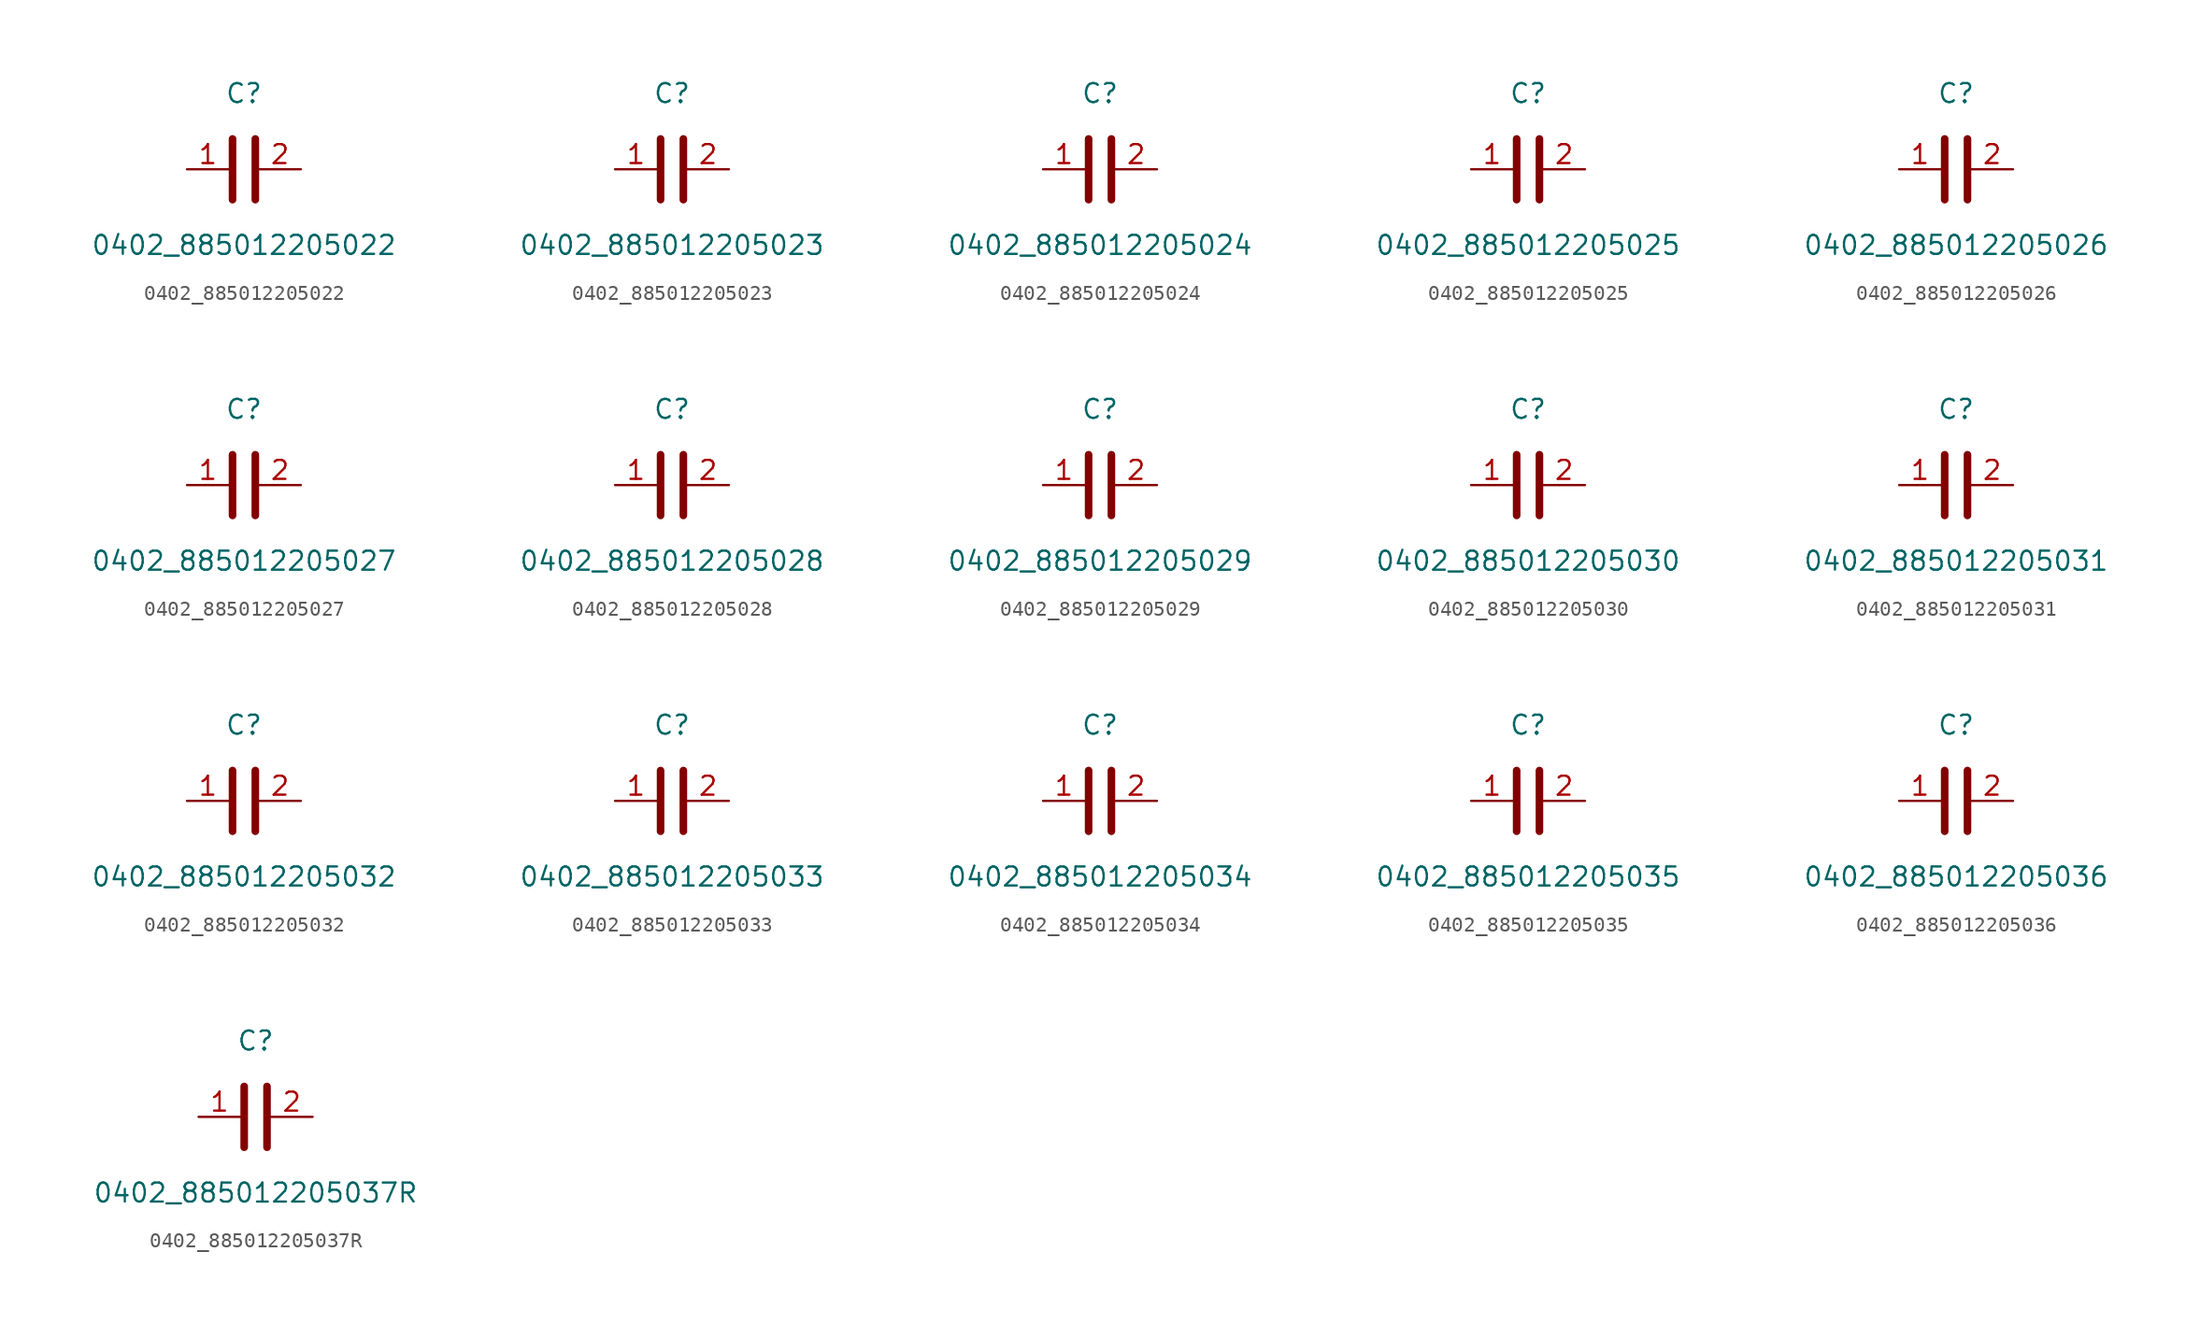
<source format=kicad_sym>
(kicad_symbol_lib
  (version 20220914)
  (generator kicad_symbol_editor)
  (symbol "0402_885012205022"
    (pin_names hide)
    (property "Reference" "C"
      (at 0 5.08 0)
      (effects (font (size 1.27 1.27))))
    (property "Value" "0402_885012205022"
      (at 0 -5.08 0)
      (effects (font (size 1.27 1.27))))
    (symbol "0402_885012205022_0_1"
      (polyline (pts (xy -0.762 -2.032) (xy -0.762 2.032)) (stroke (width 0.508) (type default)) (fill (type none)))
      (polyline (pts (xy 0.762 -2.032) (xy 0.762 2.032)) (stroke (width 0.508) (type default)) (fill (type none))))
    (symbol "0402_885012205022_1_1"
      (pin passive line (at -3.81 0 0) (length 2.794) (name "1" (effects (font (size 1.27 1.27)))) (number "1" (effects (font (size 1.27 1.27)))))
      (pin passive line (at 3.81 0 180) (length 2.794) (name "2" (effects (font (size 1.27 1.27)))) (number "2" (effects (font (size 1.27 1.27)))))))
  (symbol "0402_885012205023"
    (pin_names hide)
    (property "Reference" "C"
      (at 0 5.08 0)
      (effects (font (size 1.27 1.27))))
    (property "Value" "0402_885012205023"
      (at 0 -5.08 0)
      (effects (font (size 1.27 1.27))))
    (symbol "0402_885012205023_0_1"
      (polyline (pts (xy -0.762 -2.032) (xy -0.762 2.032)) (stroke (width 0.508) (type default)) (fill (type none)))
      (polyline (pts (xy 0.762 -2.032) (xy 0.762 2.032)) (stroke (width 0.508) (type default)) (fill (type none))))
    (symbol "0402_885012205023_1_1"
      (pin passive line (at -3.81 0 0) (length 2.794) (name "1" (effects (font (size 1.27 1.27)))) (number "1" (effects (font (size 1.27 1.27)))))
      (pin passive line (at 3.81 0 180) (length 2.794) (name "2" (effects (font (size 1.27 1.27)))) (number "2" (effects (font (size 1.27 1.27)))))))
  (symbol "0402_885012205024"
    (pin_names hide)
    (property "Reference" "C"
      (at 0 5.08 0)
      (effects (font (size 1.27 1.27))))
    (property "Value" "0402_885012205024"
      (at 0 -5.08 0)
      (effects (font (size 1.27 1.27))))
    (symbol "0402_885012205024_0_1"
      (polyline (pts (xy -0.762 -2.032) (xy -0.762 2.032)) (stroke (width 0.508) (type default)) (fill (type none)))
      (polyline (pts (xy 0.762 -2.032) (xy 0.762 2.032)) (stroke (width 0.508) (type default)) (fill (type none))))
    (symbol "0402_885012205024_1_1"
      (pin passive line (at -3.81 0 0) (length 2.794) (name "1" (effects (font (size 1.27 1.27)))) (number "1" (effects (font (size 1.27 1.27)))))
      (pin passive line (at 3.81 0 180) (length 2.794) (name "2" (effects (font (size 1.27 1.27)))) (number "2" (effects (font (size 1.27 1.27)))))))
  (symbol "0402_885012205025"
    (pin_names hide)
    (property "Reference" "C"
      (at 0 5.08 0)
      (effects (font (size 1.27 1.27))))
    (property "Value" "0402_885012205025"
      (at 0 -5.08 0)
      (effects (font (size 1.27 1.27))))
    (symbol "0402_885012205025_0_1"
      (polyline (pts (xy -0.762 -2.032) (xy -0.762 2.032)) (stroke (width 0.508) (type default)) (fill (type none)))
      (polyline (pts (xy 0.762 -2.032) (xy 0.762 2.032)) (stroke (width 0.508) (type default)) (fill (type none))))
    (symbol "0402_885012205025_1_1"
      (pin passive line (at -3.81 0 0) (length 2.794) (name "1" (effects (font (size 1.27 1.27)))) (number "1" (effects (font (size 1.27 1.27)))))
      (pin passive line (at 3.81 0 180) (length 2.794) (name "2" (effects (font (size 1.27 1.27)))) (number "2" (effects (font (size 1.27 1.27)))))))
  (symbol "0402_885012205026"
    (pin_names hide)
    (property "Reference" "C"
      (at 0 5.08 0)
      (effects (font (size 1.27 1.27))))
    (property "Value" "0402_885012205026"
      (at 0 -5.08 0)
      (effects (font (size 1.27 1.27))))
    (symbol "0402_885012205026_0_1"
      (polyline (pts (xy -0.762 -2.032) (xy -0.762 2.032)) (stroke (width 0.508) (type default)) (fill (type none)))
      (polyline (pts (xy 0.762 -2.032) (xy 0.762 2.032)) (stroke (width 0.508) (type default)) (fill (type none))))
    (symbol "0402_885012205026_1_1"
      (pin passive line (at -3.81 0 0) (length 2.794) (name "1" (effects (font (size 1.27 1.27)))) (number "1" (effects (font (size 1.27 1.27)))))
      (pin passive line (at 3.81 0 180) (length 2.794) (name "2" (effects (font (size 1.27 1.27)))) (number "2" (effects (font (size 1.27 1.27)))))))
  (symbol "0402_885012205027"
    (pin_names hide)
    (property "Reference" "C"
      (at 0 5.08 0)
      (effects (font (size 1.27 1.27))))
    (property "Value" "0402_885012205027"
      (at 0 -5.08 0)
      (effects (font (size 1.27 1.27))))
    (symbol "0402_885012205027_0_1"
      (polyline (pts (xy -0.762 -2.032) (xy -0.762 2.032)) (stroke (width 0.508) (type default)) (fill (type none)))
      (polyline (pts (xy 0.762 -2.032) (xy 0.762 2.032)) (stroke (width 0.508) (type default)) (fill (type none))))
    (symbol "0402_885012205027_1_1"
      (pin passive line (at -3.81 0 0) (length 2.794) (name "1" (effects (font (size 1.27 1.27)))) (number "1" (effects (font (size 1.27 1.27)))))
      (pin passive line (at 3.81 0 180) (length 2.794) (name "2" (effects (font (size 1.27 1.27)))) (number "2" (effects (font (size 1.27 1.27)))))))
  (symbol "0402_885012205028"
    (pin_names hide)
    (property "Reference" "C"
      (at 0 5.08 0)
      (effects (font (size 1.27 1.27))))
    (property "Value" "0402_885012205028"
      (at 0 -5.08 0)
      (effects (font (size 1.27 1.27))))
    (symbol "0402_885012205028_0_1"
      (polyline (pts (xy -0.762 -2.032) (xy -0.762 2.032)) (stroke (width 0.508) (type default)) (fill (type none)))
      (polyline (pts (xy 0.762 -2.032) (xy 0.762 2.032)) (stroke (width 0.508) (type default)) (fill (type none))))
    (symbol "0402_885012205028_1_1"
      (pin passive line (at -3.81 0 0) (length 2.794) (name "1" (effects (font (size 1.27 1.27)))) (number "1" (effects (font (size 1.27 1.27)))))
      (pin passive line (at 3.81 0 180) (length 2.794) (name "2" (effects (font (size 1.27 1.27)))) (number "2" (effects (font (size 1.27 1.27)))))))
  (symbol "0402_885012205029"
    (pin_names hide)
    (property "Reference" "C"
      (at 0 5.08 0)
      (effects (font (size 1.27 1.27))))
    (property "Value" "0402_885012205029"
      (at 0 -5.08 0)
      (effects (font (size 1.27 1.27))))
    (symbol "0402_885012205029_0_1"
      (polyline (pts (xy -0.762 -2.032) (xy -0.762 2.032)) (stroke (width 0.508) (type default)) (fill (type none)))
      (polyline (pts (xy 0.762 -2.032) (xy 0.762 2.032)) (stroke (width 0.508) (type default)) (fill (type none))))
    (symbol "0402_885012205029_1_1"
      (pin passive line (at -3.81 0 0) (length 2.794) (name "1" (effects (font (size 1.27 1.27)))) (number "1" (effects (font (size 1.27 1.27)))))
      (pin passive line (at 3.81 0 180) (length 2.794) (name "2" (effects (font (size 1.27 1.27)))) (number "2" (effects (font (size 1.27 1.27)))))))
  (symbol "0402_885012205030"
    (pin_names hide)
    (property "Reference" "C"
      (at 0 5.08 0)
      (effects (font (size 1.27 1.27))))
    (property "Value" "0402_885012205030"
      (at 0 -5.08 0)
      (effects (font (size 1.27 1.27))))
    (symbol "0402_885012205030_0_1"
      (polyline (pts (xy -0.762 -2.032) (xy -0.762 2.032)) (stroke (width 0.508) (type default)) (fill (type none)))
      (polyline (pts (xy 0.762 -2.032) (xy 0.762 2.032)) (stroke (width 0.508) (type default)) (fill (type none))))
    (symbol "0402_885012205030_1_1"
      (pin passive line (at -3.81 0 0) (length 2.794) (name "1" (effects (font (size 1.27 1.27)))) (number "1" (effects (font (size 1.27 1.27)))))
      (pin passive line (at 3.81 0 180) (length 2.794) (name "2" (effects (font (size 1.27 1.27)))) (number "2" (effects (font (size 1.27 1.27)))))))
  (symbol "0402_885012205031"
    (pin_names hide)
    (property "Reference" "C"
      (at 0 5.08 0)
      (effects (font (size 1.27 1.27))))
    (property "Value" "0402_885012205031"
      (at 0 -5.08 0)
      (effects (font (size 1.27 1.27))))
    (symbol "0402_885012205031_0_1"
      (polyline (pts (xy -0.762 -2.032) (xy -0.762 2.032)) (stroke (width 0.508) (type default)) (fill (type none)))
      (polyline (pts (xy 0.762 -2.032) (xy 0.762 2.032)) (stroke (width 0.508) (type default)) (fill (type none))))
    (symbol "0402_885012205031_1_1"
      (pin passive line (at -3.81 0 0) (length 2.794) (name "1" (effects (font (size 1.27 1.27)))) (number "1" (effects (font (size 1.27 1.27)))))
      (pin passive line (at 3.81 0 180) (length 2.794) (name "2" (effects (font (size 1.27 1.27)))) (number "2" (effects (font (size 1.27 1.27)))))))
  (symbol "0402_885012205032"
    (pin_names hide)
    (property "Reference" "C"
      (at 0 5.08 0)
      (effects (font (size 1.27 1.27))))
    (property "Value" "0402_885012205032"
      (at 0 -5.08 0)
      (effects (font (size 1.27 1.27))))
    (symbol "0402_885012205032_0_1"
      (polyline (pts (xy -0.762 -2.032) (xy -0.762 2.032)) (stroke (width 0.508) (type default)) (fill (type none)))
      (polyline (pts (xy 0.762 -2.032) (xy 0.762 2.032)) (stroke (width 0.508) (type default)) (fill (type none))))
    (symbol "0402_885012205032_1_1"
      (pin passive line (at -3.81 0 0) (length 2.794) (name "1" (effects (font (size 1.27 1.27)))) (number "1" (effects (font (size 1.27 1.27)))))
      (pin passive line (at 3.81 0 180) (length 2.794) (name "2" (effects (font (size 1.27 1.27)))) (number "2" (effects (font (size 1.27 1.27)))))))
  (symbol "0402_885012205033"
    (pin_names hide)
    (property "Reference" "C"
      (at 0 5.08 0)
      (effects (font (size 1.27 1.27))))
    (property "Value" "0402_885012205033"
      (at 0 -5.08 0)
      (effects (font (size 1.27 1.27))))
    (symbol "0402_885012205033_0_1"
      (polyline (pts (xy -0.762 -2.032) (xy -0.762 2.032)) (stroke (width 0.508) (type default)) (fill (type none)))
      (polyline (pts (xy 0.762 -2.032) (xy 0.762 2.032)) (stroke (width 0.508) (type default)) (fill (type none))))
    (symbol "0402_885012205033_1_1"
      (pin passive line (at -3.81 0 0) (length 2.794) (name "1" (effects (font (size 1.27 1.27)))) (number "1" (effects (font (size 1.27 1.27)))))
      (pin passive line (at 3.81 0 180) (length 2.794) (name "2" (effects (font (size 1.27 1.27)))) (number "2" (effects (font (size 1.27 1.27)))))))
  (symbol "0402_885012205034"
    (pin_names hide)
    (property "Reference" "C"
      (at 0 5.08 0)
      (effects (font (size 1.27 1.27))))
    (property "Value" "0402_885012205034"
      (at 0 -5.08 0)
      (effects (font (size 1.27 1.27))))
    (symbol "0402_885012205034_0_1"
      (polyline (pts (xy -0.762 -2.032) (xy -0.762 2.032)) (stroke (width 0.508) (type default)) (fill (type none)))
      (polyline (pts (xy 0.762 -2.032) (xy 0.762 2.032)) (stroke (width 0.508) (type default)) (fill (type none))))
    (symbol "0402_885012205034_1_1"
      (pin passive line (at -3.81 0 0) (length 2.794) (name "1" (effects (font (size 1.27 1.27)))) (number "1" (effects (font (size 1.27 1.27)))))
      (pin passive line (at 3.81 0 180) (length 2.794) (name "2" (effects (font (size 1.27 1.27)))) (number "2" (effects (font (size 1.27 1.27)))))))
  (symbol "0402_885012205035"
    (pin_names hide)
    (property "Reference" "C"
      (at 0 5.08 0)
      (effects (font (size 1.27 1.27))))
    (property "Value" "0402_885012205035"
      (at 0 -5.08 0)
      (effects (font (size 1.27 1.27))))
    (symbol "0402_885012205035_0_1"
      (polyline (pts (xy -0.762 -2.032) (xy -0.762 2.032)) (stroke (width 0.508) (type default)) (fill (type none)))
      (polyline (pts (xy 0.762 -2.032) (xy 0.762 2.032)) (stroke (width 0.508) (type default)) (fill (type none))))
    (symbol "0402_885012205035_1_1"
      (pin passive line (at -3.81 0 0) (length 2.794) (name "1" (effects (font (size 1.27 1.27)))) (number "1" (effects (font (size 1.27 1.27)))))
      (pin passive line (at 3.81 0 180) (length 2.794) (name "2" (effects (font (size 1.27 1.27)))) (number "2" (effects (font (size 1.27 1.27)))))))
  (symbol "0402_885012205036"
    (pin_names hide)
    (property "Reference" "C"
      (at 0 5.08 0)
      (effects (font (size 1.27 1.27))))
    (property "Value" "0402_885012205036"
      (at 0 -5.08 0)
      (effects (font (size 1.27 1.27))))
    (symbol "0402_885012205036_0_1"
      (polyline (pts (xy -0.762 -2.032) (xy -0.762 2.032)) (stroke (width 0.508) (type default)) (fill (type none)))
      (polyline (pts (xy 0.762 -2.032) (xy 0.762 2.032)) (stroke (width 0.508) (type default)) (fill (type none))))
    (symbol "0402_885012205036_1_1"
      (pin passive line (at -3.81 0 0) (length 2.794) (name "1" (effects (font (size 1.27 1.27)))) (number "1" (effects (font (size 1.27 1.27)))))
      (pin passive line (at 3.81 0 180) (length 2.794) (name "2" (effects (font (size 1.27 1.27)))) (number "2" (effects (font (size 1.27 1.27)))))))
  (symbol "0402_885012205037R"
    (pin_names hide)
    (property "Reference" "C"
      (at 0 5.08 0)
      (effects (font (size 1.27 1.27))))
    (property "Value" "0402_885012205037R"
      (at 0 -5.08 0)
      (effects (font (size 1.27 1.27))))
    (symbol "0402_885012205037R_0_1"
      (polyline (pts (xy -0.762 -2.032) (xy -0.762 2.032)) (stroke (width 0.508) (type default)) (fill (type none)))
      (polyline (pts (xy 0.762 -2.032) (xy 0.762 2.032)) (stroke (width 0.508) (type default)) (fill (type none))))
    (symbol "0402_885012205037R_1_1"
      (pin passive line (at -3.81 0 0) (length 2.794) (name "1" (effects (font (size 1.27 1.27)))) (number "1" (effects (font (size 1.27 1.27)))))
      (pin passive line (at 3.81 0 180) (length 2.794) (name "2" (effects (font (size 1.27 1.27)))) (number "2" (effects (font (size 1.27 1.27))))))))
</source>
